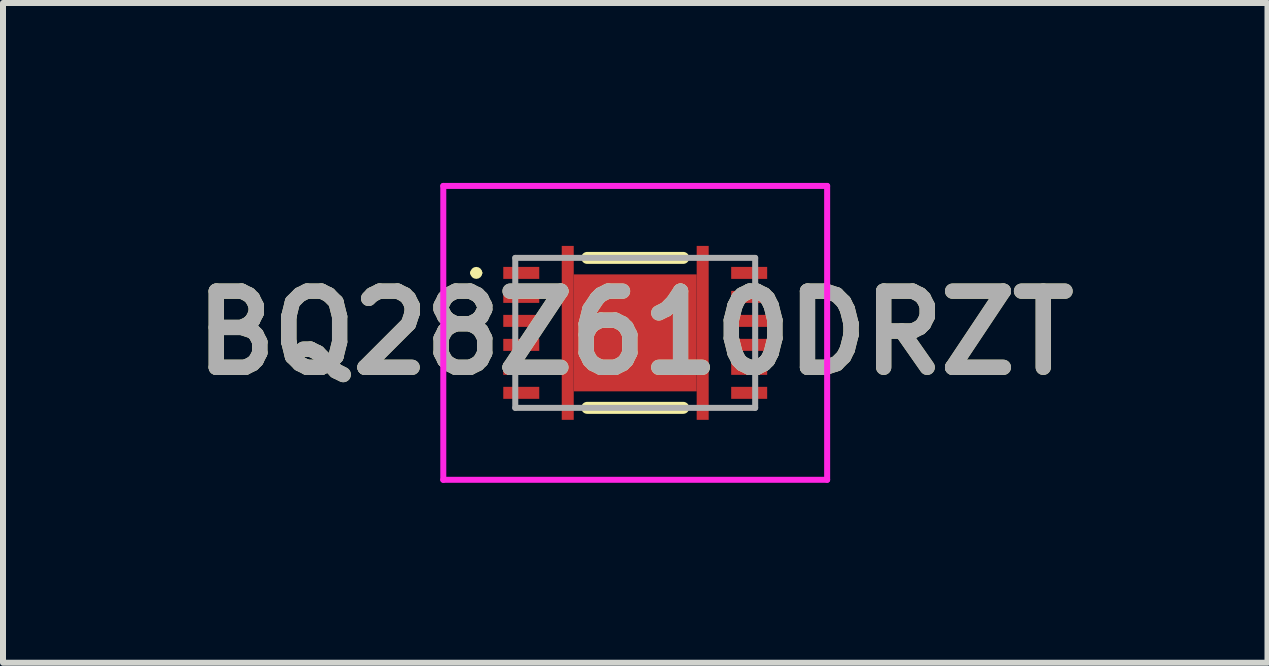
<source format=kicad_pcb>
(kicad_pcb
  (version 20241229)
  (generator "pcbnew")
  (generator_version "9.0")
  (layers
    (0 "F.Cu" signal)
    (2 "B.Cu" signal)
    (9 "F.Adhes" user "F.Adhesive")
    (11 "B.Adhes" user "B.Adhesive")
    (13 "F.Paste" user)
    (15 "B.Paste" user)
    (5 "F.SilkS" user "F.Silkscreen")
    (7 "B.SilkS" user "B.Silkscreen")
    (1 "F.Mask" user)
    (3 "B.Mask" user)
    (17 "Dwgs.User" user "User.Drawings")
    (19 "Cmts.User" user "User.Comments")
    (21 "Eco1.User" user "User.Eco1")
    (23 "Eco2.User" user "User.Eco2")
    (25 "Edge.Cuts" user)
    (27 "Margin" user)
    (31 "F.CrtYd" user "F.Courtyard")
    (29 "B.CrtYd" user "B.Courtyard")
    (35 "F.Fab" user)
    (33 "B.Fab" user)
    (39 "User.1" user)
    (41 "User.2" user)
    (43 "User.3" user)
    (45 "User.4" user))
  (footprint "BQ28Z610DRZT"
    (layer "F.Cu")
    (at 7.541 2.5)
    (property "Reference" "BQ28Z610DRZT" (at 0 0 0) (layer "F.SilkS") (effects (font (size 1.27 1.27) (thickness 0.254))))
    (attr smd)
    (fp_line (start -2.7 -1) (end -2.7 -1) (stroke (width 0.1) (type solid)) (layer "F.SilkS"))
    (fp_line (start -2.6 -1) (end -2.6 -1) (stroke (width 0.1) (type solid)) (layer "F.SilkS"))
    (fp_line (start -0.8 -1.25) (end 0.8 -1.25) (stroke (width 0.2) (type solid)) (layer "F.SilkS"))
    (fp_line (start -0.8 1.25) (end 0.8 1.25) (stroke (width 0.2) (type solid)) (layer "F.SilkS"))
    (fp_arc (start -2.7 -1) (mid -2.65 -1.05) (end -2.6 -1) (stroke (width 0.1) (type solid)) (layer "F.SilkS"))
    (fp_arc (start -2.6 -1) (mid -2.65 -0.95) (end -2.7 -1) (stroke (width 0.1) (type solid)) (layer "F.SilkS"))
    (fp_line (start -3.2 -2.45) (end 3.2 -2.45) (stroke (width 0.1) (type solid)) (layer "F.CrtYd"))
    (fp_line (start -3.2 2.45) (end -3.2 -2.45) (stroke (width 0.1) (type solid)) (layer "F.CrtYd"))
    (fp_line (start 3.2 -2.45) (end 3.2 2.45) (stroke (width 0.1) (type solid)) (layer "F.CrtYd"))
    (fp_line (start 3.2 2.45) (end -3.2 2.45) (stroke (width 0.1) (type solid)) (layer "F.CrtYd"))
    (fp_line (start -2 -1.25) (end 2 -1.25) (stroke (width 0.1) (type solid)) (layer "F.Fab"))
    (fp_line (start -2 1.25) (end -2 -1.25) (stroke (width 0.1) (type solid)) (layer "F.Fab"))
    (fp_line (start 2 -1.25) (end 2 1.25) (stroke (width 0.1) (type solid)) (layer "F.Fab"))
    (fp_line (start 2 1.25) (end -2 1.25) (stroke (width 0.1) (type solid)) (layer "F.Fab"))
    (fp_text user "${REFERENCE}" (at 0 0 0) (layer "F.Fab") (effects (font (size 1.27 1.27) (thickness 0.254))))
    (pad "1" smd rect (at -1.9 -1 90) (size 0.2 0.6) (layers "F.Cu" "F.Mask" "F.Paste"))
    (pad "2" smd rect (at -1.9 -0.6 90) (size 0.2 0.6) (layers "F.Cu" "F.Mask" "F.Paste"))
    (pad "3" smd rect (at -1.9 -0.2 90) (size 0.2 0.6) (layers "F.Cu" "F.Mask" "F.Paste"))
    (pad "4" smd rect (at -1.9 0.2 90) (size 0.2 0.6) (layers "F.Cu" "F.Mask" "F.Paste"))
    (pad "5" smd rect (at -1.9 0.6 90) (size 0.2 0.6) (layers "F.Cu" "F.Mask" "F.Paste"))
    (pad "6" smd rect (at -1.9 1 90) (size 0.2 0.6) (layers "F.Cu" "F.Mask" "F.Paste"))
    (pad "7" smd rect (at 1.9 1 90) (size 0.2 0.6) (layers "F.Cu" "F.Mask" "F.Paste"))
    (pad "8" smd rect (at 1.9 0.6 90) (size 0.2 0.6) (layers "F.Cu" "F.Mask" "F.Paste"))
    (pad "9" smd rect (at 1.9 0.2 90) (size 0.2 0.6) (layers "F.Cu" "F.Mask" "F.Paste"))
    (pad "10" smd rect (at 1.9 -0.2 90) (size 0.2 0.6) (layers "F.Cu" "F.Mask" "F.Paste"))
    (pad "11" smd rect (at 1.9 -0.6 90) (size 0.2 0.6) (layers "F.Cu" "F.Mask" "F.Paste"))
    (pad "12" smd rect (at 1.9 -1 90) (size 0.2 0.6) (layers "F.Cu" "F.Mask" "F.Paste"))
    (pad "13" smd rect (at 0 0 90) (size 1.95 2.05) (layers "F.Cu" "F.Mask" "F.Paste"))
    (pad "14" smd rect (at -1.125 0) (size 0.2 2.9) (layers "F.Cu" "F.Mask" "F.Paste"))
    (pad "15" smd rect (at 1.125 0) (size 0.2 2.9) (layers "F.Cu" "F.Mask" "F.Paste")))
  (gr_rect
    (start -3 -3)
    (end 18.083 8)
    (stroke (width 0.1) (type default))
    (fill no)
    (layer "Edge.Cuts")))
</source>
